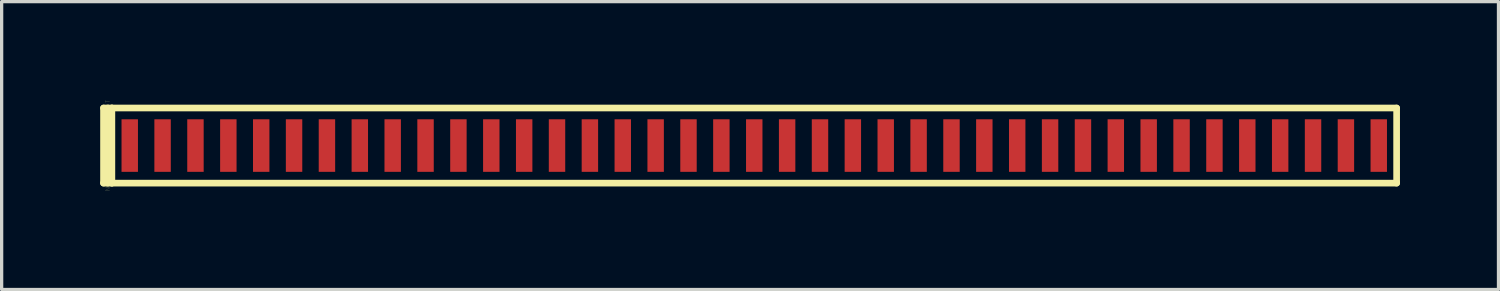
<source format=kicad_pcb>
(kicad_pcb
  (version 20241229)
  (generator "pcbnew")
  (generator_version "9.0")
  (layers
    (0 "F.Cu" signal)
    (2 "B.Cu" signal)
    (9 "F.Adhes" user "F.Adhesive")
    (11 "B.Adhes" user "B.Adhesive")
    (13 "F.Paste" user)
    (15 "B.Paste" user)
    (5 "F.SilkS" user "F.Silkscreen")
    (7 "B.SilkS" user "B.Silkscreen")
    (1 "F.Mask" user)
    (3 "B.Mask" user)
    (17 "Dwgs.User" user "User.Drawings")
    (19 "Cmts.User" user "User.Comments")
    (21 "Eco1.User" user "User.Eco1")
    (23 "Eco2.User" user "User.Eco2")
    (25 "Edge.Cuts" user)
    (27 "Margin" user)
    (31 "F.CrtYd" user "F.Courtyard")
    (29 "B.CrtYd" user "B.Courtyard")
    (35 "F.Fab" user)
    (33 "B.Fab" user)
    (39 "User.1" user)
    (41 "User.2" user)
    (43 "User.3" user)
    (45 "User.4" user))
  (footprint "NHD-2.4-240320SF-CTXI-T"
    (layer "F.Cu")
    (at 19.914 1.382)
    (property "Reference" "NHD-2.4-240320SF-CTXI-T" (at -19.685 0 90) (layer "F.SilkS") (effects (font (size 0.127 0.127) (thickness 0.003))))
    (attr through_hole)
    (fp_line (start -19.812 -1.143) (end -19.812 1.143) (stroke (width 0.203) (type solid)) (layer "F.SilkS"))
    (fp_line (start -19.812 1.143) (end -19.558 1.143) (stroke (width 0.203) (type solid)) (layer "F.SilkS"))
    (fp_line (start -19.685 1.143) (end -19.685 -1.143) (stroke (width 0.203) (type solid)) (layer "F.SilkS"))
    (fp_line (start -19.558 -1.143) (end -19.812 -1.143) (stroke (width 0.203) (type solid)) (layer "F.SilkS"))
    (fp_line (start -19.558 -1.143) (end -19.558 1.143) (stroke (width 0.203) (type solid)) (layer "F.SilkS"))
    (fp_line (start -19.558 1.143) (end 19.558 1.143) (stroke (width 0.203) (type solid)) (layer "F.SilkS"))
    (fp_line (start 19.558 -1.143) (end -19.558 -1.143) (stroke (width 0.203) (type solid)) (layer "F.SilkS"))
    (fp_line (start 19.558 1.143) (end 19.558 -1.143) (stroke (width 0.203) (type solid)) (layer "F.SilkS"))
    (pad "1" smd rect (at -19.014 0) (size 0.5 1.6) (layers "F.Cu" "F.Mask" "F.Paste"))
    (pad "2" smd rect (at -18.014 0) (size 0.5 1.6) (layers "F.Cu" "F.Mask" "F.Paste"))
    (pad "3" smd rect (at -17.013 0) (size 0.5 1.6) (layers "F.Cu" "F.Mask" "F.Paste"))
    (pad "4" smd rect (at -16.012 0) (size 0.5 1.6) (layers "F.Cu" "F.Mask" "F.Paste"))
    (pad "5" smd rect (at -15.011 0) (size 0.5 1.6) (layers "F.Cu" "F.Mask" "F.Paste"))
    (pad "6" smd rect (at -14.011 0) (size 0.5 1.6) (layers "F.Cu" "F.Mask" "F.Paste"))
    (pad "7" smd rect (at -13.01 0) (size 0.5 1.6) (layers "F.Cu" "F.Mask" "F.Paste"))
    (pad "8" smd rect (at -12.009 0) (size 0.5 1.6) (layers "F.Cu" "F.Mask" "F.Paste"))
    (pad "9" smd rect (at -11.008 0) (size 0.5 1.6) (layers "F.Cu" "F.Mask" "F.Paste"))
    (pad "10" smd rect (at -10.008 0) (size 0.5 1.6) (layers "F.Cu" "F.Mask" "F.Paste"))
    (pad "11" smd rect (at -9.007 0) (size 0.5 1.6) (layers "F.Cu" "F.Mask" "F.Paste"))
    (pad "12" smd rect (at -8.006 0) (size 0.5 1.6) (layers "F.Cu" "F.Mask" "F.Paste"))
    (pad "13" smd rect (at -7.005 0) (size 0.5 1.6) (layers "F.Cu" "F.Mask" "F.Paste"))
    (pad "14" smd rect (at -6.005 0) (size 0.5 1.6) (layers "F.Cu" "F.Mask" "F.Paste"))
    (pad "15" smd rect (at -5.004 0) (size 0.5 1.6) (layers "F.Cu" "F.Mask" "F.Paste"))
    (pad "16" smd rect (at -4.003 0) (size 0.5 1.6) (layers "F.Cu" "F.Mask" "F.Paste"))
    (pad "17" smd rect (at -3.002 0) (size 0.5 1.6) (layers "F.Cu" "F.Mask" "F.Paste"))
    (pad "18" smd rect (at -2.002 0) (size 0.5 1.6) (layers "F.Cu" "F.Mask" "F.Paste"))
    (pad "19" smd rect (at -1.001 0) (size 0.5 1.6) (layers "F.Cu" "F.Mask" "F.Paste"))
    (pad "20" smd rect (at 0 0) (size 0.5 1.6) (layers "F.Cu" "F.Mask" "F.Paste"))
    (pad "21" smd rect (at 1.001 0) (size 0.5 1.6) (layers "F.Cu" "F.Mask" "F.Paste"))
    (pad "22" smd rect (at 2.002 0) (size 0.5 1.6) (layers "F.Cu" "F.Mask" "F.Paste"))
    (pad "23" smd rect (at 3.002 0) (size 0.5 1.6) (layers "F.Cu" "F.Mask" "F.Paste"))
    (pad "24" smd rect (at 4.003 0) (size 0.5 1.6) (layers "F.Cu" "F.Mask" "F.Paste"))
    (pad "25" smd rect (at 5.004 0) (size 0.5 1.6) (layers "F.Cu" "F.Mask" "F.Paste"))
    (pad "26" smd rect (at 6.005 0) (size 0.5 1.6) (layers "F.Cu" "F.Mask" "F.Paste"))
    (pad "27" smd rect (at 7.005 0) (size 0.5 1.6) (layers "F.Cu" "F.Mask" "F.Paste"))
    (pad "28" smd rect (at 8.006 0) (size 0.5 1.6) (layers "F.Cu" "F.Mask" "F.Paste"))
    (pad "29" smd rect (at 9.007 0) (size 0.5 1.6) (layers "F.Cu" "F.Mask" "F.Paste"))
    (pad "30" smd rect (at 10.008 0) (size 0.5 1.6) (layers "F.Cu" "F.Mask" "F.Paste"))
    (pad "31" smd rect (at 11.008 0) (size 0.5 1.6) (layers "F.Cu" "F.Mask" "F.Paste"))
    (pad "32" smd rect (at 12.009 0) (size 0.5 1.6) (layers "F.Cu" "F.Mask" "F.Paste"))
    (pad "33" smd rect (at 13.01 0) (size 0.5 1.6) (layers "F.Cu" "F.Mask" "F.Paste"))
    (pad "34" smd rect (at 14.011 0) (size 0.5 1.6) (layers "F.Cu" "F.Mask" "F.Paste"))
    (pad "35" smd rect (at 15.011 0) (size 0.5 1.6) (layers "F.Cu" "F.Mask" "F.Paste"))
    (pad "36" smd rect (at 16.012 0) (size 0.5 1.6) (layers "F.Cu" "F.Mask" "F.Paste"))
    (pad "37" smd rect (at 17.013 0) (size 0.5 1.6) (layers "F.Cu" "F.Mask" "F.Paste"))
    (pad "38" smd rect (at 18.014 0) (size 0.5 1.6) (layers "F.Cu" "F.Mask" "F.Paste"))
    (pad "39" smd rect (at 19.014 0) (size 0.5 1.6) (layers "F.Cu" "F.Mask" "F.Paste")))
  (gr_rect
    (start -3 -3)
    (end 42.573 5.764)
    (stroke (width 0.1) (type default))
    (fill no)
    (layer "Edge.Cuts")))
</source>
